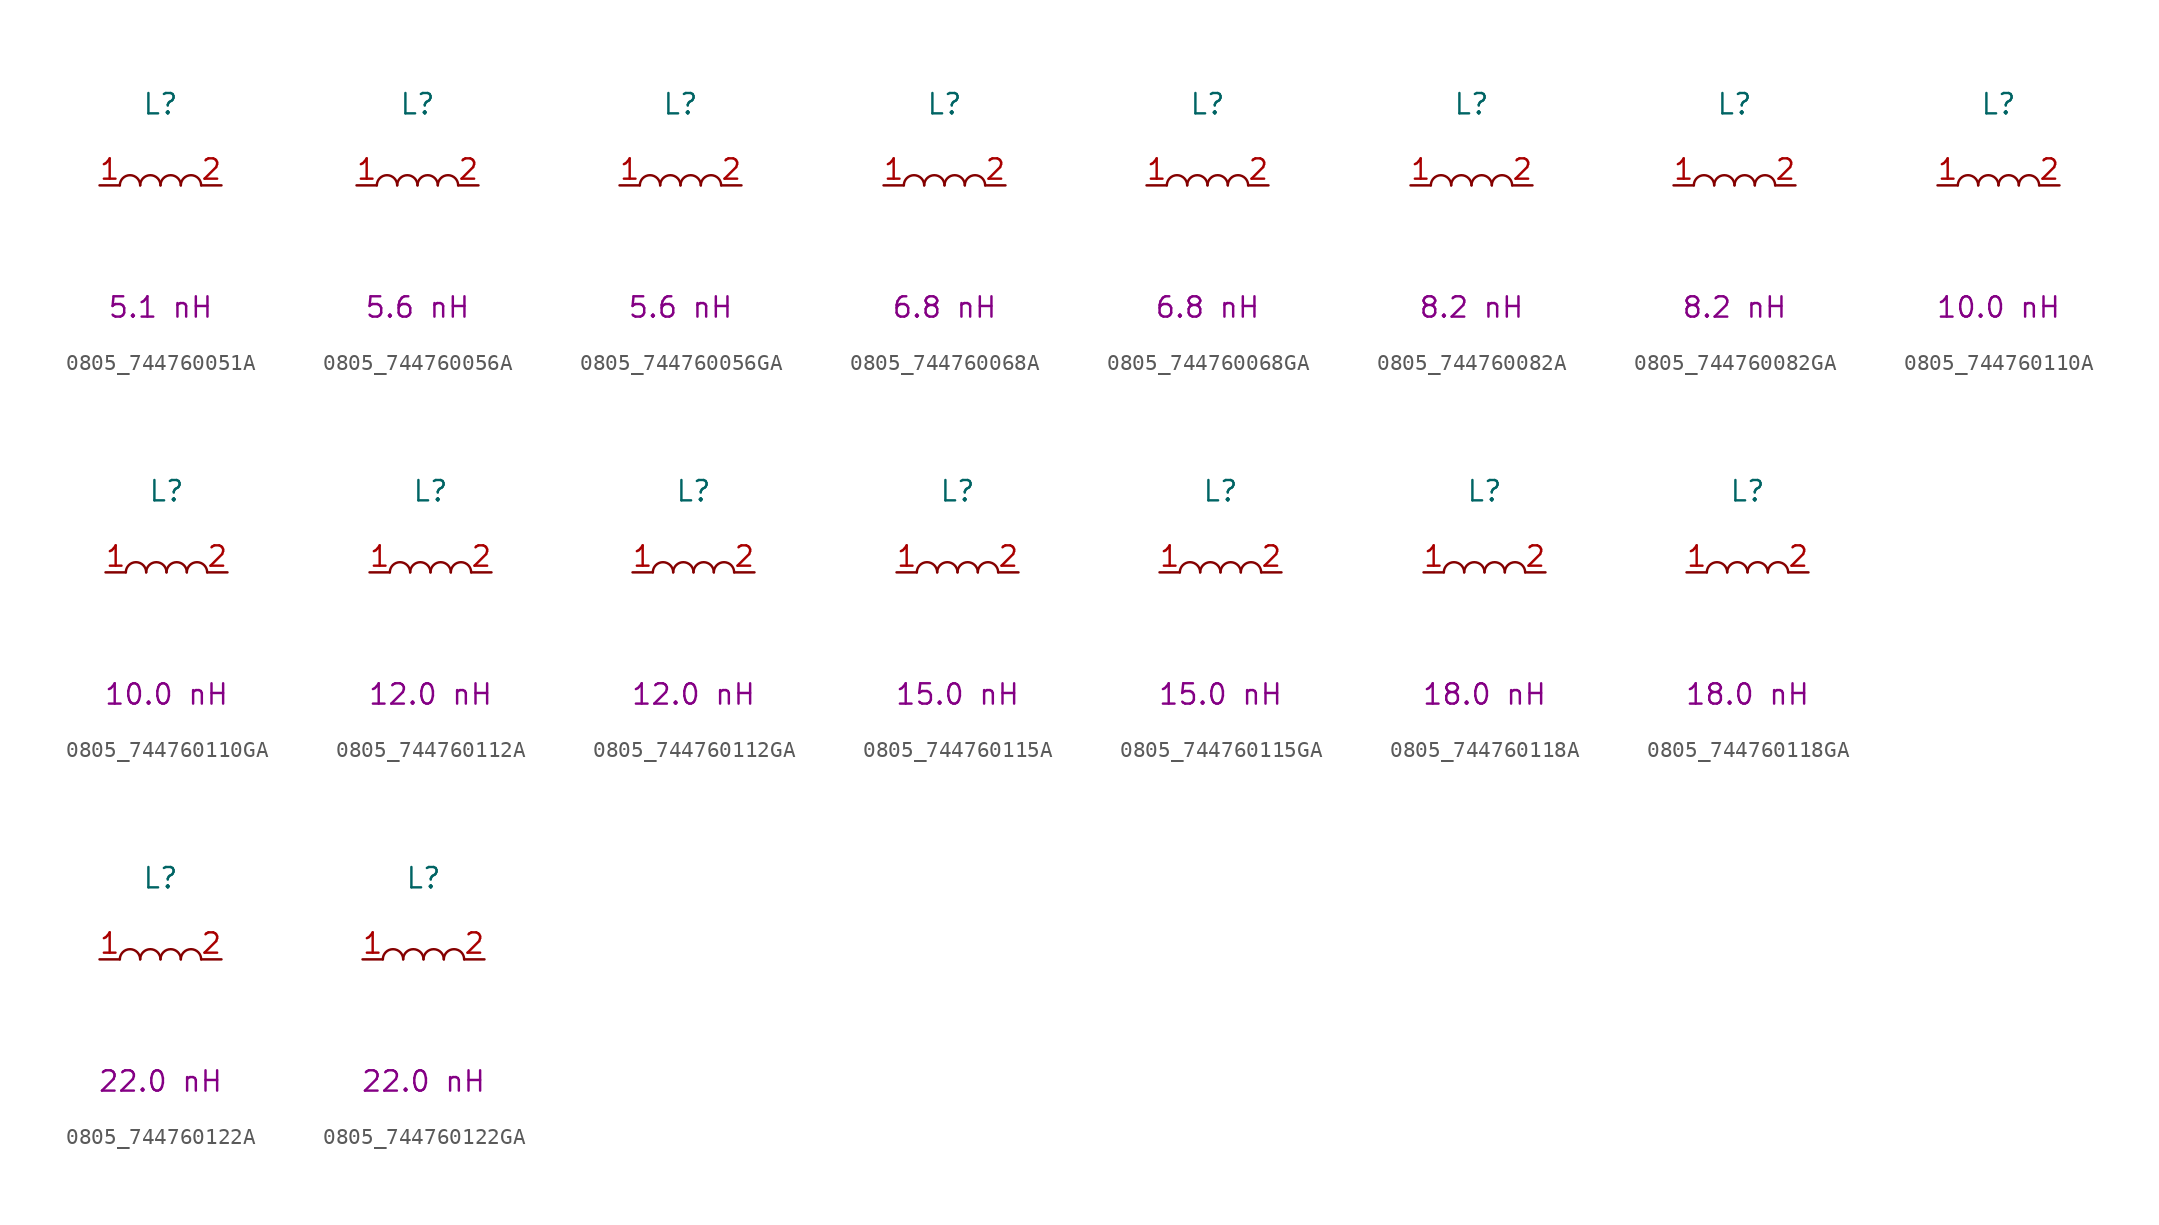
<source format=kicad_sym>
(kicad_symbol_lib
  (version 20220914)
  (generator kicad_symbol_editor)
  (symbol "0805_744760051A"
    (pin_names hide)
    (property "Reference" "L"
      (at 0 5.08 0)
      (effects (font (size 1.27 1.27))))
    (property "Critical Parameter" "5.1 nH"
      (at 0 -7.62 0)
      (effects (font (size 1.27 1.27))))
    (symbol "0805_744760051A_0_1"
      (arc (start -1.27 0) (mid -1.905 0.6323) (end -2.54 0) (stroke (width 0) (type default)) (fill (type none)))
      (arc (start 0 0) (mid -0.635 0.6323) (end -1.27 0) (stroke (width 0) (type default)) (fill (type none)))
      (arc (start 1.27 0) (mid 0.635 0.6323) (end 0 0) (stroke (width 0) (type default)) (fill (type none)))
      (arc (start 2.54 0) (mid 1.905 0.6323) (end 1.27 0) (stroke (width 0) (type default)) (fill (type none))))
    (symbol "0805_744760051A_1_1"
      (pin passive line (at -3.81 0 0) (length 1.27) (name "1" (effects (font (size 1.27 1.27)))) (number "1" (effects (font (size 1.27 1.27)))))
      (pin passive line (at 3.81 0 180) (length 1.27) (name "2" (effects (font (size 1.27 1.27)))) (number "2" (effects (font (size 1.27 1.27)))))))
  (symbol "0805_744760056A"
    (pin_names hide)
    (property "Reference" "L"
      (at 0 5.08 0)
      (effects (font (size 1.27 1.27))))
    (property "Critical Parameter" "5.6 nH"
      (at 0 -7.62 0)
      (effects (font (size 1.27 1.27))))
    (symbol "0805_744760056A_0_1"
      (arc (start -1.27 0) (mid -1.905 0.6323) (end -2.54 0) (stroke (width 0) (type default)) (fill (type none)))
      (arc (start 0 0) (mid -0.635 0.6323) (end -1.27 0) (stroke (width 0) (type default)) (fill (type none)))
      (arc (start 1.27 0) (mid 0.635 0.6323) (end 0 0) (stroke (width 0) (type default)) (fill (type none)))
      (arc (start 2.54 0) (mid 1.905 0.6323) (end 1.27 0) (stroke (width 0) (type default)) (fill (type none))))
    (symbol "0805_744760056A_1_1"
      (pin passive line (at -3.81 0 0) (length 1.27) (name "1" (effects (font (size 1.27 1.27)))) (number "1" (effects (font (size 1.27 1.27)))))
      (pin passive line (at 3.81 0 180) (length 1.27) (name "2" (effects (font (size 1.27 1.27)))) (number "2" (effects (font (size 1.27 1.27)))))))
  (symbol "0805_744760056GA"
    (pin_names hide)
    (property "Reference" "L"
      (at 0 5.08 0)
      (effects (font (size 1.27 1.27))))
    (property "Critical Parameter" "5.6 nH"
      (at 0 -7.62 0)
      (effects (font (size 1.27 1.27))))
    (symbol "0805_744760056GA_0_1"
      (arc (start -1.27 0) (mid -1.905 0.6323) (end -2.54 0) (stroke (width 0) (type default)) (fill (type none)))
      (arc (start 0 0) (mid -0.635 0.6323) (end -1.27 0) (stroke (width 0) (type default)) (fill (type none)))
      (arc (start 1.27 0) (mid 0.635 0.6323) (end 0 0) (stroke (width 0) (type default)) (fill (type none)))
      (arc (start 2.54 0) (mid 1.905 0.6323) (end 1.27 0) (stroke (width 0) (type default)) (fill (type none))))
    (symbol "0805_744760056GA_1_1"
      (pin passive line (at -3.81 0 0) (length 1.27) (name "1" (effects (font (size 1.27 1.27)))) (number "1" (effects (font (size 1.27 1.27)))))
      (pin passive line (at 3.81 0 180) (length 1.27) (name "2" (effects (font (size 1.27 1.27)))) (number "2" (effects (font (size 1.27 1.27)))))))
  (symbol "0805_744760068A"
    (pin_names hide)
    (property "Reference" "L"
      (at 0 5.08 0)
      (effects (font (size 1.27 1.27))))
    (property "Critical Parameter" "6.8 nH"
      (at 0 -7.62 0)
      (effects (font (size 1.27 1.27))))
    (symbol "0805_744760068A_0_1"
      (arc (start -1.27 0) (mid -1.905 0.6323) (end -2.54 0) (stroke (width 0) (type default)) (fill (type none)))
      (arc (start 0 0) (mid -0.635 0.6323) (end -1.27 0) (stroke (width 0) (type default)) (fill (type none)))
      (arc (start 1.27 0) (mid 0.635 0.6323) (end 0 0) (stroke (width 0) (type default)) (fill (type none)))
      (arc (start 2.54 0) (mid 1.905 0.6323) (end 1.27 0) (stroke (width 0) (type default)) (fill (type none))))
    (symbol "0805_744760068A_1_1"
      (pin passive line (at -3.81 0 0) (length 1.27) (name "1" (effects (font (size 1.27 1.27)))) (number "1" (effects (font (size 1.27 1.27)))))
      (pin passive line (at 3.81 0 180) (length 1.27) (name "2" (effects (font (size 1.27 1.27)))) (number "2" (effects (font (size 1.27 1.27)))))))
  (symbol "0805_744760068GA"
    (pin_names hide)
    (property "Reference" "L"
      (at 0 5.08 0)
      (effects (font (size 1.27 1.27))))
    (property "Critical Parameter" "6.8 nH"
      (at 0 -7.62 0)
      (effects (font (size 1.27 1.27))))
    (symbol "0805_744760068GA_0_1"
      (arc (start -1.27 0) (mid -1.905 0.6323) (end -2.54 0) (stroke (width 0) (type default)) (fill (type none)))
      (arc (start 0 0) (mid -0.635 0.6323) (end -1.27 0) (stroke (width 0) (type default)) (fill (type none)))
      (arc (start 1.27 0) (mid 0.635 0.6323) (end 0 0) (stroke (width 0) (type default)) (fill (type none)))
      (arc (start 2.54 0) (mid 1.905 0.6323) (end 1.27 0) (stroke (width 0) (type default)) (fill (type none))))
    (symbol "0805_744760068GA_1_1"
      (pin passive line (at -3.81 0 0) (length 1.27) (name "1" (effects (font (size 1.27 1.27)))) (number "1" (effects (font (size 1.27 1.27)))))
      (pin passive line (at 3.81 0 180) (length 1.27) (name "2" (effects (font (size 1.27 1.27)))) (number "2" (effects (font (size 1.27 1.27)))))))
  (symbol "0805_744760082A"
    (pin_names hide)
    (property "Reference" "L"
      (at 0 5.08 0)
      (effects (font (size 1.27 1.27))))
    (property "Critical Parameter" "8.2 nH"
      (at 0 -7.62 0)
      (effects (font (size 1.27 1.27))))
    (symbol "0805_744760082A_0_1"
      (arc (start -1.27 0) (mid -1.905 0.6323) (end -2.54 0) (stroke (width 0) (type default)) (fill (type none)))
      (arc (start 0 0) (mid -0.635 0.6323) (end -1.27 0) (stroke (width 0) (type default)) (fill (type none)))
      (arc (start 1.27 0) (mid 0.635 0.6323) (end 0 0) (stroke (width 0) (type default)) (fill (type none)))
      (arc (start 2.54 0) (mid 1.905 0.6323) (end 1.27 0) (stroke (width 0) (type default)) (fill (type none))))
    (symbol "0805_744760082A_1_1"
      (pin passive line (at -3.81 0 0) (length 1.27) (name "1" (effects (font (size 1.27 1.27)))) (number "1" (effects (font (size 1.27 1.27)))))
      (pin passive line (at 3.81 0 180) (length 1.27) (name "2" (effects (font (size 1.27 1.27)))) (number "2" (effects (font (size 1.27 1.27)))))))
  (symbol "0805_744760082GA"
    (pin_names hide)
    (property "Reference" "L"
      (at 0 5.08 0)
      (effects (font (size 1.27 1.27))))
    (property "Critical Parameter" "8.2 nH"
      (at 0 -7.62 0)
      (effects (font (size 1.27 1.27))))
    (symbol "0805_744760082GA_0_1"
      (arc (start -1.27 0) (mid -1.905 0.6323) (end -2.54 0) (stroke (width 0) (type default)) (fill (type none)))
      (arc (start 0 0) (mid -0.635 0.6323) (end -1.27 0) (stroke (width 0) (type default)) (fill (type none)))
      (arc (start 1.27 0) (mid 0.635 0.6323) (end 0 0) (stroke (width 0) (type default)) (fill (type none)))
      (arc (start 2.54 0) (mid 1.905 0.6323) (end 1.27 0) (stroke (width 0) (type default)) (fill (type none))))
    (symbol "0805_744760082GA_1_1"
      (pin passive line (at -3.81 0 0) (length 1.27) (name "1" (effects (font (size 1.27 1.27)))) (number "1" (effects (font (size 1.27 1.27)))))
      (pin passive line (at 3.81 0 180) (length 1.27) (name "2" (effects (font (size 1.27 1.27)))) (number "2" (effects (font (size 1.27 1.27)))))))
  (symbol "0805_744760110A"
    (pin_names hide)
    (property "Reference" "L"
      (at 0 5.08 0)
      (effects (font (size 1.27 1.27))))
    (property "Critical Parameter" "10.0 nH"
      (at 0 -7.62 0)
      (effects (font (size 1.27 1.27))))
    (symbol "0805_744760110A_0_1"
      (arc (start -1.27 0) (mid -1.905 0.6323) (end -2.54 0) (stroke (width 0) (type default)) (fill (type none)))
      (arc (start 0 0) (mid -0.635 0.6323) (end -1.27 0) (stroke (width 0) (type default)) (fill (type none)))
      (arc (start 1.27 0) (mid 0.635 0.6323) (end 0 0) (stroke (width 0) (type default)) (fill (type none)))
      (arc (start 2.54 0) (mid 1.905 0.6323) (end 1.27 0) (stroke (width 0) (type default)) (fill (type none))))
    (symbol "0805_744760110A_1_1"
      (pin passive line (at -3.81 0 0) (length 1.27) (name "1" (effects (font (size 1.27 1.27)))) (number "1" (effects (font (size 1.27 1.27)))))
      (pin passive line (at 3.81 0 180) (length 1.27) (name "2" (effects (font (size 1.27 1.27)))) (number "2" (effects (font (size 1.27 1.27)))))))
  (symbol "0805_744760110GA"
    (pin_names hide)
    (property "Reference" "L"
      (at 0 5.08 0)
      (effects (font (size 1.27 1.27))))
    (property "Critical Parameter" "10.0 nH"
      (at 0 -7.62 0)
      (effects (font (size 1.27 1.27))))
    (symbol "0805_744760110GA_0_1"
      (arc (start -1.27 0) (mid -1.905 0.6323) (end -2.54 0) (stroke (width 0) (type default)) (fill (type none)))
      (arc (start 0 0) (mid -0.635 0.6323) (end -1.27 0) (stroke (width 0) (type default)) (fill (type none)))
      (arc (start 1.27 0) (mid 0.635 0.6323) (end 0 0) (stroke (width 0) (type default)) (fill (type none)))
      (arc (start 2.54 0) (mid 1.905 0.6323) (end 1.27 0) (stroke (width 0) (type default)) (fill (type none))))
    (symbol "0805_744760110GA_1_1"
      (pin passive line (at -3.81 0 0) (length 1.27) (name "1" (effects (font (size 1.27 1.27)))) (number "1" (effects (font (size 1.27 1.27)))))
      (pin passive line (at 3.81 0 180) (length 1.27) (name "2" (effects (font (size 1.27 1.27)))) (number "2" (effects (font (size 1.27 1.27)))))))
  (symbol "0805_744760112A"
    (pin_names hide)
    (property "Reference" "L"
      (at 0 5.08 0)
      (effects (font (size 1.27 1.27))))
    (property "Critical Parameter" "12.0 nH"
      (at 0 -7.62 0)
      (effects (font (size 1.27 1.27))))
    (symbol "0805_744760112A_0_1"
      (arc (start -1.27 0) (mid -1.905 0.6323) (end -2.54 0) (stroke (width 0) (type default)) (fill (type none)))
      (arc (start 0 0) (mid -0.635 0.6323) (end -1.27 0) (stroke (width 0) (type default)) (fill (type none)))
      (arc (start 1.27 0) (mid 0.635 0.6323) (end 0 0) (stroke (width 0) (type default)) (fill (type none)))
      (arc (start 2.54 0) (mid 1.905 0.6323) (end 1.27 0) (stroke (width 0) (type default)) (fill (type none))))
    (symbol "0805_744760112A_1_1"
      (pin passive line (at -3.81 0 0) (length 1.27) (name "1" (effects (font (size 1.27 1.27)))) (number "1" (effects (font (size 1.27 1.27)))))
      (pin passive line (at 3.81 0 180) (length 1.27) (name "2" (effects (font (size 1.27 1.27)))) (number "2" (effects (font (size 1.27 1.27)))))))
  (symbol "0805_744760112GA"
    (pin_names hide)
    (property "Reference" "L"
      (at 0 5.08 0)
      (effects (font (size 1.27 1.27))))
    (property "Critical Parameter" "12.0 nH"
      (at 0 -7.62 0)
      (effects (font (size 1.27 1.27))))
    (symbol "0805_744760112GA_0_1"
      (arc (start -1.27 0) (mid -1.905 0.6323) (end -2.54 0) (stroke (width 0) (type default)) (fill (type none)))
      (arc (start 0 0) (mid -0.635 0.6323) (end -1.27 0) (stroke (width 0) (type default)) (fill (type none)))
      (arc (start 1.27 0) (mid 0.635 0.6323) (end 0 0) (stroke (width 0) (type default)) (fill (type none)))
      (arc (start 2.54 0) (mid 1.905 0.6323) (end 1.27 0) (stroke (width 0) (type default)) (fill (type none))))
    (symbol "0805_744760112GA_1_1"
      (pin passive line (at -3.81 0 0) (length 1.27) (name "1" (effects (font (size 1.27 1.27)))) (number "1" (effects (font (size 1.27 1.27)))))
      (pin passive line (at 3.81 0 180) (length 1.27) (name "2" (effects (font (size 1.27 1.27)))) (number "2" (effects (font (size 1.27 1.27)))))))
  (symbol "0805_744760115A"
    (pin_names hide)
    (property "Reference" "L"
      (at 0 5.08 0)
      (effects (font (size 1.27 1.27))))
    (property "Critical Parameter" "15.0 nH"
      (at 0 -7.62 0)
      (effects (font (size 1.27 1.27))))
    (symbol "0805_744760115A_0_1"
      (arc (start -1.27 0) (mid -1.905 0.6323) (end -2.54 0) (stroke (width 0) (type default)) (fill (type none)))
      (arc (start 0 0) (mid -0.635 0.6323) (end -1.27 0) (stroke (width 0) (type default)) (fill (type none)))
      (arc (start 1.27 0) (mid 0.635 0.6323) (end 0 0) (stroke (width 0) (type default)) (fill (type none)))
      (arc (start 2.54 0) (mid 1.905 0.6323) (end 1.27 0) (stroke (width 0) (type default)) (fill (type none))))
    (symbol "0805_744760115A_1_1"
      (pin passive line (at -3.81 0 0) (length 1.27) (name "1" (effects (font (size 1.27 1.27)))) (number "1" (effects (font (size 1.27 1.27)))))
      (pin passive line (at 3.81 0 180) (length 1.27) (name "2" (effects (font (size 1.27 1.27)))) (number "2" (effects (font (size 1.27 1.27)))))))
  (symbol "0805_744760115GA"
    (pin_names hide)
    (property "Reference" "L"
      (at 0 5.08 0)
      (effects (font (size 1.27 1.27))))
    (property "Critical Parameter" "15.0 nH"
      (at 0 -7.62 0)
      (effects (font (size 1.27 1.27))))
    (symbol "0805_744760115GA_0_1"
      (arc (start -1.27 0) (mid -1.905 0.6323) (end -2.54 0) (stroke (width 0) (type default)) (fill (type none)))
      (arc (start 0 0) (mid -0.635 0.6323) (end -1.27 0) (stroke (width 0) (type default)) (fill (type none)))
      (arc (start 1.27 0) (mid 0.635 0.6323) (end 0 0) (stroke (width 0) (type default)) (fill (type none)))
      (arc (start 2.54 0) (mid 1.905 0.6323) (end 1.27 0) (stroke (width 0) (type default)) (fill (type none))))
    (symbol "0805_744760115GA_1_1"
      (pin passive line (at -3.81 0 0) (length 1.27) (name "1" (effects (font (size 1.27 1.27)))) (number "1" (effects (font (size 1.27 1.27)))))
      (pin passive line (at 3.81 0 180) (length 1.27) (name "2" (effects (font (size 1.27 1.27)))) (number "2" (effects (font (size 1.27 1.27)))))))
  (symbol "0805_744760118A"
    (pin_names hide)
    (property "Reference" "L"
      (at 0 5.08 0)
      (effects (font (size 1.27 1.27))))
    (property "Critical Parameter" "18.0 nH"
      (at 0 -7.62 0)
      (effects (font (size 1.27 1.27))))
    (symbol "0805_744760118A_0_1"
      (arc (start -1.27 0) (mid -1.905 0.6323) (end -2.54 0) (stroke (width 0) (type default)) (fill (type none)))
      (arc (start 0 0) (mid -0.635 0.6323) (end -1.27 0) (stroke (width 0) (type default)) (fill (type none)))
      (arc (start 1.27 0) (mid 0.635 0.6323) (end 0 0) (stroke (width 0) (type default)) (fill (type none)))
      (arc (start 2.54 0) (mid 1.905 0.6323) (end 1.27 0) (stroke (width 0) (type default)) (fill (type none))))
    (symbol "0805_744760118A_1_1"
      (pin passive line (at -3.81 0 0) (length 1.27) (name "1" (effects (font (size 1.27 1.27)))) (number "1" (effects (font (size 1.27 1.27)))))
      (pin passive line (at 3.81 0 180) (length 1.27) (name "2" (effects (font (size 1.27 1.27)))) (number "2" (effects (font (size 1.27 1.27)))))))
  (symbol "0805_744760118GA"
    (pin_names hide)
    (property "Reference" "L"
      (at 0 5.08 0)
      (effects (font (size 1.27 1.27))))
    (property "Critical Parameter" "18.0 nH"
      (at 0 -7.62 0)
      (effects (font (size 1.27 1.27))))
    (symbol "0805_744760118GA_0_1"
      (arc (start -1.27 0) (mid -1.905 0.6323) (end -2.54 0) (stroke (width 0) (type default)) (fill (type none)))
      (arc (start 0 0) (mid -0.635 0.6323) (end -1.27 0) (stroke (width 0) (type default)) (fill (type none)))
      (arc (start 1.27 0) (mid 0.635 0.6323) (end 0 0) (stroke (width 0) (type default)) (fill (type none)))
      (arc (start 2.54 0) (mid 1.905 0.6323) (end 1.27 0) (stroke (width 0) (type default)) (fill (type none))))
    (symbol "0805_744760118GA_1_1"
      (pin passive line (at -3.81 0 0) (length 1.27) (name "1" (effects (font (size 1.27 1.27)))) (number "1" (effects (font (size 1.27 1.27)))))
      (pin passive line (at 3.81 0 180) (length 1.27) (name "2" (effects (font (size 1.27 1.27)))) (number "2" (effects (font (size 1.27 1.27)))))))
  (symbol "0805_744760122A"
    (pin_names hide)
    (property "Reference" "L"
      (at 0 5.08 0)
      (effects (font (size 1.27 1.27))))
    (property "Critical Parameter" "22.0 nH"
      (at 0 -7.62 0)
      (effects (font (size 1.27 1.27))))
    (symbol "0805_744760122A_0_1"
      (arc (start -1.27 0) (mid -1.905 0.6323) (end -2.54 0) (stroke (width 0) (type default)) (fill (type none)))
      (arc (start 0 0) (mid -0.635 0.6323) (end -1.27 0) (stroke (width 0) (type default)) (fill (type none)))
      (arc (start 1.27 0) (mid 0.635 0.6323) (end 0 0) (stroke (width 0) (type default)) (fill (type none)))
      (arc (start 2.54 0) (mid 1.905 0.6323) (end 1.27 0) (stroke (width 0) (type default)) (fill (type none))))
    (symbol "0805_744760122A_1_1"
      (pin passive line (at -3.81 0 0) (length 1.27) (name "1" (effects (font (size 1.27 1.27)))) (number "1" (effects (font (size 1.27 1.27)))))
      (pin passive line (at 3.81 0 180) (length 1.27) (name "2" (effects (font (size 1.27 1.27)))) (number "2" (effects (font (size 1.27 1.27)))))))
  (symbol "0805_744760122GA"
    (pin_names hide)
    (property "Reference" "L"
      (at 0 5.08 0)
      (effects (font (size 1.27 1.27))))
    (property "Critical Parameter" "22.0 nH"
      (at 0 -7.62 0)
      (effects (font (size 1.27 1.27))))
    (symbol "0805_744760122GA_0_1"
      (arc (start -1.27 0) (mid -1.905 0.6323) (end -2.54 0) (stroke (width 0) (type default)) (fill (type none)))
      (arc (start 0 0) (mid -0.635 0.6323) (end -1.27 0) (stroke (width 0) (type default)) (fill (type none)))
      (arc (start 1.27 0) (mid 0.635 0.6323) (end 0 0) (stroke (width 0) (type default)) (fill (type none)))
      (arc (start 2.54 0) (mid 1.905 0.6323) (end 1.27 0) (stroke (width 0) (type default)) (fill (type none))))
    (symbol "0805_744760122GA_1_1"
      (pin passive line (at -3.81 0 0) (length 1.27) (name "1" (effects (font (size 1.27 1.27)))) (number "1" (effects (font (size 1.27 1.27)))))
      (pin passive line (at 3.81 0 180) (length 1.27) (name "2" (effects (font (size 1.27 1.27)))) (number "2" (effects (font (size 1.27 1.27))))))))
</source>
